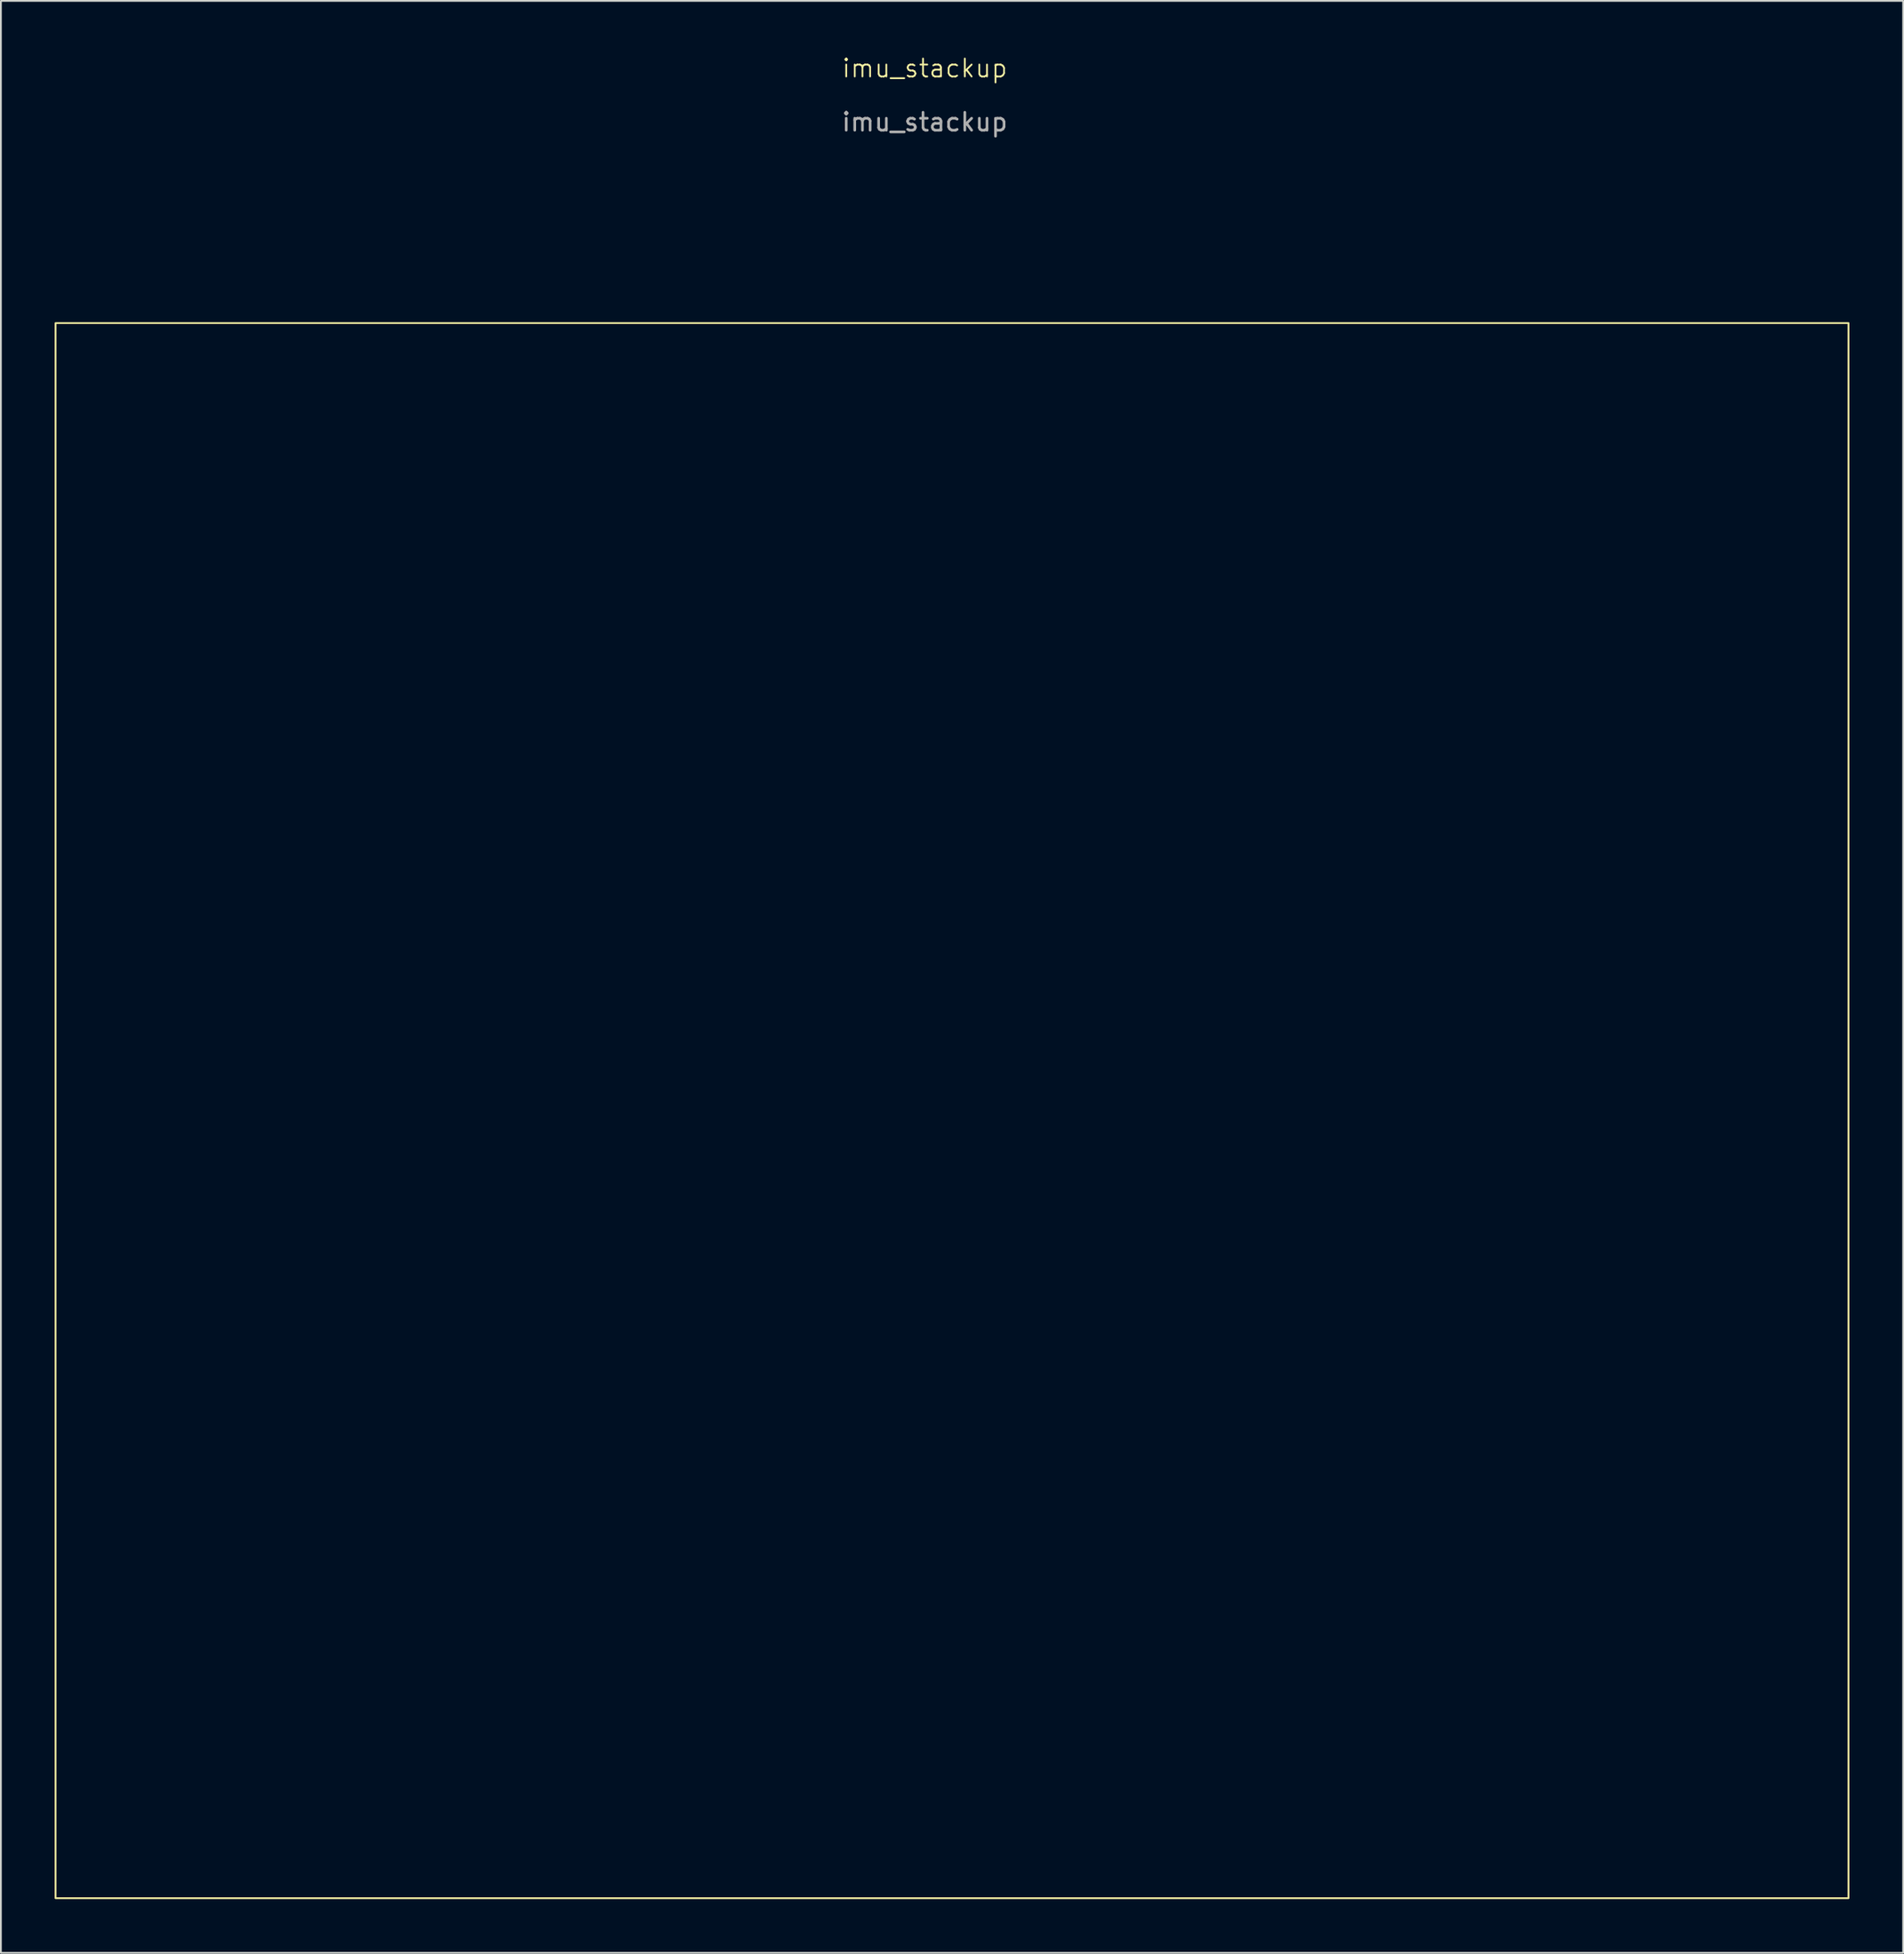
<source format=kicad_pcb>
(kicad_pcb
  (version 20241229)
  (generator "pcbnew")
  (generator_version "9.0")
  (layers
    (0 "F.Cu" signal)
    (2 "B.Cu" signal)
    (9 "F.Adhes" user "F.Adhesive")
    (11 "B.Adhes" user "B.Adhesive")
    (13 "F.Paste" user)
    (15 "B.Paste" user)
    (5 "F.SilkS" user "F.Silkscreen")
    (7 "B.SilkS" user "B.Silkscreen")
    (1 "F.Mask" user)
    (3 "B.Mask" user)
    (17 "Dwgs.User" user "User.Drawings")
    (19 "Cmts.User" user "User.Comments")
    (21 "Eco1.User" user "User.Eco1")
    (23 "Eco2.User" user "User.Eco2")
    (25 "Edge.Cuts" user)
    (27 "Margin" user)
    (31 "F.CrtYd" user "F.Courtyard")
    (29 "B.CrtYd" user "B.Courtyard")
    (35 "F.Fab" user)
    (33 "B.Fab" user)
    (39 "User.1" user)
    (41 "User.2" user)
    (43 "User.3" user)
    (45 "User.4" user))
  (footprint "imu_stackup"
    (layer "F.Cu")
    (at 48.564 1.26)
    (property "Reference" "imu_stackup" (at 0 -0.5 0) (unlocked yes) (layer "F.SilkS") (effects (font (size 1 1) (thickness 0.1))))
    (attr through_hole)
    (fp_rect (start -48.514 13.716) (end 51.562 101.6) (stroke (width 0.1) (type default)) (fill no) (layer "F.SilkS"))
    (fp_text user "${REFERENCE}" (at 0 2.5 0) (unlocked yes) (layer "F.Fab") (effects (font (size 1 1) (thickness 0.15)))))
  (gr_rect
    (start -3 -3)
    (end 103.176 105.91)
    (stroke (width 0.1) (type default))
    (fill no)
    (layer "Edge.Cuts")))
</source>
